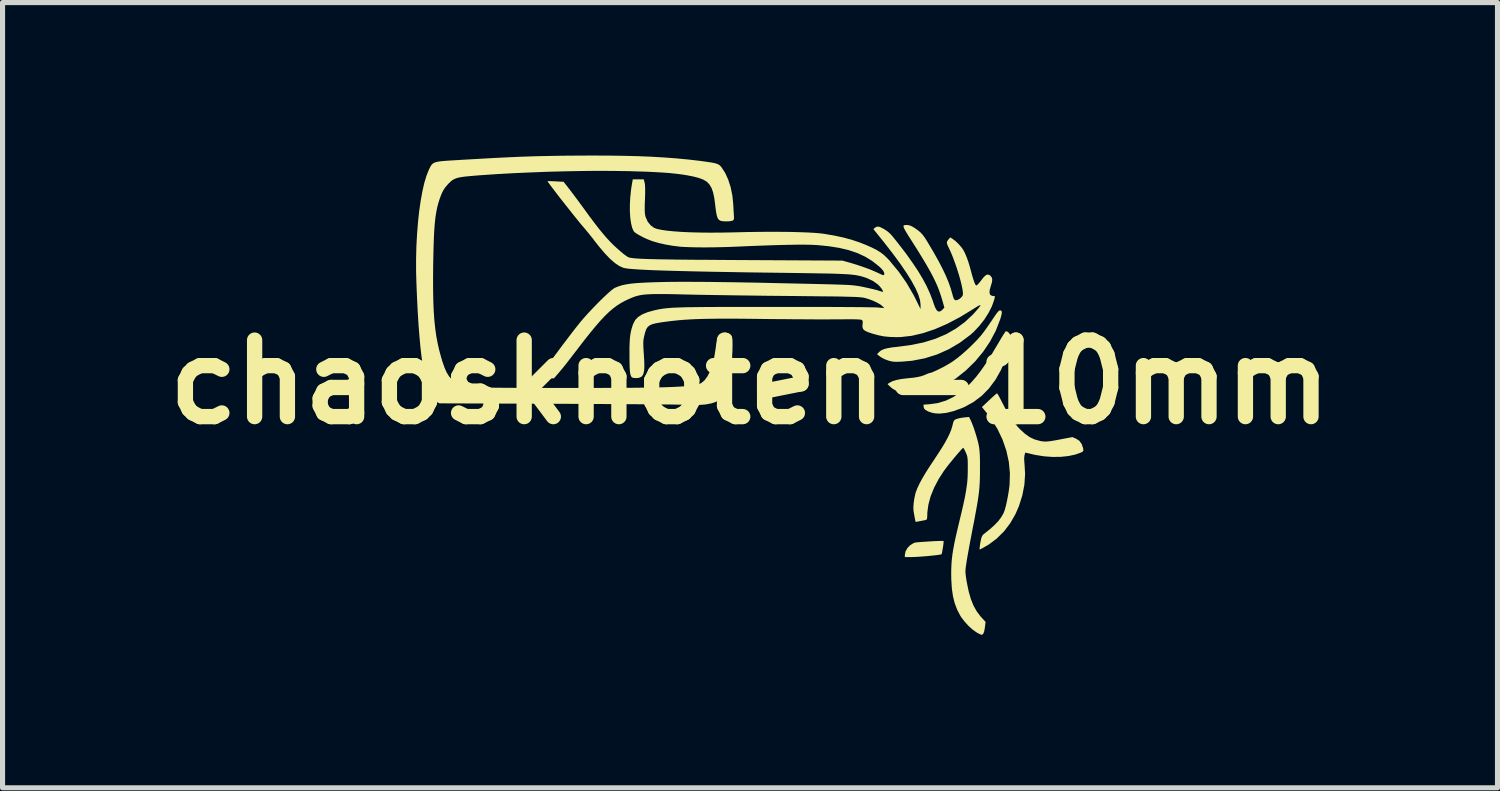
<source format=kicad_pcb>
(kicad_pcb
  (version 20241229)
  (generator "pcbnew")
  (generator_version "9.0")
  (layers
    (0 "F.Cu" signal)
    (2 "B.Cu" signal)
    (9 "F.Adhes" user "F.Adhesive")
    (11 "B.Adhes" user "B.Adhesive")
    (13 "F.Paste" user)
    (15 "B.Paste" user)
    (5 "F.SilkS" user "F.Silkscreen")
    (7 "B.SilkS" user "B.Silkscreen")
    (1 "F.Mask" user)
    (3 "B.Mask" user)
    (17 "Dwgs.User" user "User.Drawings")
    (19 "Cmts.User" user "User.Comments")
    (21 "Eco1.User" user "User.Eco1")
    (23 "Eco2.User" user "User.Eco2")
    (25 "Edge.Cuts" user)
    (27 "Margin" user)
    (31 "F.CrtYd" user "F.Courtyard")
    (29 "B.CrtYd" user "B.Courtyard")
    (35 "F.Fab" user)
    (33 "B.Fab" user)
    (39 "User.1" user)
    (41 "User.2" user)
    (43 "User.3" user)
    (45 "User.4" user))
  (footprint "chaosknoten-10mm"
    (layer "F.Cu")
    (at 11.657 4.441)
    (property "Reference" "chaosknoten-10mm" (at 0 0 0) (layer "F.SilkS") (effects (font (size 1.5 1.5) (thickness 0.3))))
    (attr board_only exclude_from_pos_files exclude_from_bom)
    (fp_poly (pts (xy 3.795 3.117) (xy 3.796 3.117) (xy 3.796 3.133) (xy 3.793 3.169) (xy 3.787 3.218) (xy 3.778 3.271) (xy 3.77 3.32) (xy 3.762 3.358) (xy 3.756 3.376) (xy 3.756 3.376) (xy 3.738 3.382) (xy 3.696 3.389) (xy 3.635 3.397) (xy 3.56 3.405) (xy 3.478 3.413) (xy 3.393 3.42) (xy 3.311 3.426) (xy 3.237 3.43) (xy 3.176 3.432) (xy 3.166 3.432) (xy 3.036 3.432) (xy 3.036 3.392) (xy 3.049 3.322) (xy 3.087 3.255) (xy 3.142 3.198) (xy 3.211 3.157) (xy 3.23 3.15) (xy 3.255 3.146) (xy 3.302 3.141) (xy 3.365 3.136) (xy 3.439 3.131) (xy 3.519 3.126) (xy 3.597 3.121) (xy 3.67 3.118) (xy 3.731 3.116) (xy 3.774 3.116)) (stroke (width 0) (type solid)) (fill yes) (layer "F.SilkS"))
    (fp_poly (pts (xy 5.057 -0.983) (xy 5.092 -0.944) (xy 5.108 -0.911) (xy 5.118 -0.885) (xy 5.122 -0.86) (xy 5.121 -0.831) (xy 5.114 -0.79) (xy 5.099 -0.732) (xy 5.089 -0.694) (xy 5.015 -0.454) (xy 4.922 -0.238) (xy 4.813 -0.045) (xy 4.687 0.124) (xy 4.544 0.27) (xy 4.384 0.391) (xy 4.206 0.489) (xy 4.15 0.513) (xy 3.99 0.571) (xy 3.846 0.606) (xy 3.715 0.619) (xy 3.625 0.614) (xy 3.563 0.601) (xy 3.499 0.579) (xy 3.478 0.569) (xy 3.436 0.544) (xy 3.414 0.52) (xy 3.405 0.491) (xy 3.405 0.489) (xy 3.401 0.444) (xy 3.523 0.435) (xy 3.687 0.411) (xy 3.842 0.364) (xy 3.992 0.291) (xy 4.137 0.192) (xy 4.281 0.066) (xy 4.344 0.001) (xy 4.434 -0.102) (xy 4.528 -0.224) (xy 4.627 -0.367) (xy 4.733 -0.534) (xy 4.847 -0.726) (xy 4.854 -0.737) (xy 4.9 -0.815) (xy 4.941 -0.884) (xy 4.976 -0.94) (xy 5.002 -0.979) (xy 5.016 -0.996) (xy 5.018 -0.997)) (stroke (width 0) (type solid)) (fill yes) (layer "F.SilkS"))
    (fp_poly (pts (xy 4.912 -1.405) (xy 4.931 -1.394) (xy 4.938 -1.369) (xy 4.933 -1.327) (xy 4.916 -1.263) (xy 4.905 -1.228) (xy 4.82 -1.008) (xy 4.707 -0.795) (xy 4.57 -0.592) (xy 4.412 -0.402) (xy 4.234 -0.228) (xy 4.04 -0.073) (xy 3.898 0.021) (xy 3.853 0.047) (xy 3.807 0.069) (xy 3.754 0.089) (xy 3.689 0.11) (xy 3.606 0.133) (xy 3.534 0.151) (xy 3.381 0.188) (xy 3.252 0.212) (xy 3.144 0.225) (xy 3.056 0.226) (xy 2.994 0.219) (xy 2.887 0.184) (xy 2.791 0.128) (xy 2.75 0.093) (xy 2.696 0.04) (xy 2.738 0.013) (xy 2.796 -0.017) (xy 2.874 -0.041) (xy 2.975 -0.06) (xy 3.094 -0.074) (xy 3.204 -0.085) (xy 3.291 -0.099) (xy 3.36 -0.115) (xy 3.418 -0.135) (xy 3.449 -0.149) (xy 3.488 -0.166) (xy 3.518 -0.175) (xy 3.523 -0.176) (xy 3.552 -0.183) (xy 3.602 -0.203) (xy 3.665 -0.232) (xy 3.738 -0.268) (xy 3.814 -0.307) (xy 3.887 -0.349) (xy 3.953 -0.389) (xy 3.974 -0.403) (xy 4.058 -0.464) (xy 4.154 -0.542) (xy 4.255 -0.631) (xy 4.354 -0.726) (xy 4.446 -0.819) (xy 4.524 -0.906) (xy 4.536 -0.921) (xy 4.576 -0.972) (xy 4.626 -1.04) (xy 4.678 -1.115) (xy 4.728 -1.188) (xy 4.782 -1.268) (xy 4.822 -1.327) (xy 4.853 -1.367) (xy 4.875 -1.391) (xy 4.893 -1.403) (xy 4.909 -1.405)) (stroke (width 0) (type solid)) (fill yes) (layer "F.SilkS"))
    (fp_poly (pts (xy 4.853 0.233) (xy 4.874 0.266) (xy 4.901 0.316) (xy 4.933 0.378) (xy 4.936 0.385) (xy 5.006 0.521) (xy 5.07 0.634) (xy 5.132 0.73) (xy 5.194 0.814) (xy 5.26 0.89) (xy 5.294 0.926) (xy 5.391 1.015) (xy 5.485 1.081) (xy 5.581 1.126) (xy 5.686 1.155) (xy 5.7 1.158) (xy 5.739 1.164) (xy 5.775 1.167) (xy 5.813 1.167) (xy 5.859 1.163) (xy 5.917 1.155) (xy 5.993 1.142) (xy 6.091 1.124) (xy 6.119 1.118) (xy 6.321 1.08) (xy 6.39 1.109) (xy 6.456 1.151) (xy 6.504 1.216) (xy 6.533 1.302) (xy 6.533 1.306) (xy 6.537 1.341) (xy 6.527 1.362) (xy 6.496 1.38) (xy 6.494 1.381) (xy 6.38 1.422) (xy 6.245 1.451) (xy 6.094 1.467) (xy 5.934 1.469) (xy 5.768 1.457) (xy 5.603 1.431) (xy 5.534 1.416) (xy 5.397 1.383) (xy 5.382 1.437) (xy 5.375 1.499) (xy 5.38 1.583) (xy 5.382 1.6) (xy 5.394 1.804) (xy 5.38 2.014) (xy 5.339 2.225) (xy 5.273 2.433) (xy 5.205 2.59) (xy 5.102 2.769) (xy 4.979 2.93) (xy 4.836 3.071) (xy 4.678 3.189) (xy 4.565 3.254) (xy 4.502 3.286) (xy 4.503 3.252) (xy 4.506 3.221) (xy 4.513 3.172) (xy 4.523 3.116) (xy 4.536 3.058) (xy 4.551 3.02) (xy 4.571 2.993) (xy 4.59 2.977) (xy 4.706 2.884) (xy 4.799 2.8) (xy 4.872 2.723) (xy 4.928 2.648) (xy 4.97 2.573) (xy 4.973 2.568) (xy 4.993 2.514) (xy 5.015 2.437) (xy 5.036 2.344) (xy 5.056 2.242) (xy 5.074 2.137) (xy 5.087 2.036) (xy 5.09 2.004) (xy 5.096 1.787) (xy 5.075 1.567) (xy 5.027 1.348) (xy 4.953 1.133) (xy 4.855 0.926) (xy 4.734 0.729) (xy 4.643 0.609) (xy 4.547 0.491) (xy 4.69 0.356) (xy 4.743 0.306) (xy 4.789 0.265) (xy 4.823 0.235) (xy 4.842 0.221) (xy 4.843 0.221)) (stroke (width 0) (type solid)) (fill yes) (layer "F.SilkS"))
    (fp_poly (pts (xy 4.324 0.743) (xy 4.351 0.805) (xy 4.383 0.887) (xy 4.414 0.981) (xy 4.444 1.078) (xy 4.469 1.17) (xy 4.482 1.225) (xy 4.491 1.275) (xy 4.498 1.327) (xy 4.503 1.387) (xy 4.507 1.458) (xy 4.509 1.547) (xy 4.509 1.659) (xy 4.509 1.701) (xy 4.509 1.802) (xy 4.507 1.892) (xy 4.504 1.977) (xy 4.499 2.059) (xy 4.491 2.142) (xy 4.48 2.231) (xy 4.466 2.329) (xy 4.447 2.439) (xy 4.424 2.566) (xy 4.397 2.714) (xy 4.363 2.885) (xy 4.355 2.929) (xy 4.332 3.049) (xy 4.309 3.17) (xy 4.288 3.285) (xy 4.269 3.389) (xy 4.254 3.476) (xy 4.244 3.541) (xy 4.243 3.549) (xy 4.232 3.62) (xy 4.226 3.675) (xy 4.224 3.721) (xy 4.227 3.767) (xy 4.234 3.822) (xy 4.245 3.894) (xy 4.25 3.923) (xy 4.286 4.099) (xy 4.329 4.251) (xy 4.381 4.382) (xy 4.444 4.495) (xy 4.519 4.595) (xy 4.535 4.612) (xy 4.619 4.704) (xy 4.606 4.809) (xy 4.593 4.884) (xy 4.576 4.932) (xy 4.553 4.954) (xy 4.541 4.957) (xy 4.52 4.95) (xy 4.483 4.932) (xy 4.446 4.912) (xy 4.368 4.857) (xy 4.286 4.784) (xy 4.209 4.699) (xy 4.142 4.612) (xy 4.123 4.581) (xy 4.061 4.463) (xy 4.014 4.338) (xy 3.98 4.202) (xy 3.958 4.05) (xy 3.947 3.878) (xy 3.945 3.767) (xy 3.946 3.667) (xy 3.95 3.573) (xy 3.957 3.481) (xy 3.968 3.386) (xy 3.984 3.285) (xy 4.005 3.172) (xy 4.032 3.044) (xy 4.066 2.897) (xy 4.106 2.728) (xy 4.148 2.554) (xy 4.182 2.405) (xy 4.21 2.276) (xy 4.231 2.162) (xy 4.247 2.061) (xy 4.259 1.968) (xy 4.266 1.878) (xy 4.269 1.788) (xy 4.27 1.698) (xy 4.27 1.61) (xy 4.269 1.545) (xy 4.265 1.497) (xy 4.26 1.461) (xy 4.25 1.429) (xy 4.237 1.396) (xy 4.23 1.379) (xy 4.209 1.334) (xy 4.191 1.302) (xy 4.181 1.291) (xy 4.167 1.301) (xy 4.138 1.331) (xy 4.098 1.376) (xy 4.05 1.432) (xy 3.997 1.495) (xy 3.943 1.561) (xy 3.89 1.626) (xy 3.844 1.686) (xy 3.806 1.737) (xy 3.805 1.738) (xy 3.698 1.904) (xy 3.61 2.072) (xy 3.542 2.239) (xy 3.498 2.402) (xy 3.477 2.555) (xy 3.476 2.603) (xy 3.474 2.656) (xy 3.469 2.686) (xy 3.457 2.701) (xy 3.45 2.704) (xy 3.428 2.709) (xy 3.388 2.717) (xy 3.34 2.726) (xy 3.294 2.735) (xy 3.26 2.741) (xy 3.248 2.742) (xy 3.244 2.729) (xy 3.236 2.695) (xy 3.227 2.647) (xy 3.218 2.594) (xy 3.209 2.544) (xy 3.205 2.512) (xy 3.203 2.452) (xy 3.209 2.374) (xy 3.221 2.29) (xy 3.238 2.208) (xy 3.25 2.163) (xy 3.28 2.084) (xy 3.322 1.995) (xy 3.377 1.892) (xy 3.447 1.774) (xy 3.534 1.638) (xy 3.604 1.533) (xy 3.694 1.396) (xy 3.769 1.279) (xy 3.829 1.178) (xy 3.877 1.089) (xy 3.915 1.01) (xy 3.945 0.936) (xy 3.967 0.863) (xy 3.979 0.815) (xy 3.992 0.771) (xy 4.008 0.746) (xy 4.037 0.73) (xy 4.055 0.723) (xy 4.103 0.71) (xy 4.164 0.699) (xy 4.204 0.694) (xy 4.294 0.685)) (stroke (width 0) (type solid)) (fill yes) (layer "F.SilkS"))
    (fp_poly (pts (xy -2.8 -4.44) (xy -2.492 -4.436) (xy -2.204 -4.429) (xy -1.935 -4.418) (xy -1.682 -4.403) (xy -1.441 -4.385) (xy -1.21 -4.363) (xy -0.987 -4.337) (xy -0.843 -4.317) (xy -0.755 -4.304) (xy -0.69 -4.291) (xy -0.643 -4.277) (xy -0.609 -4.26) (xy -0.582 -4.237) (xy -0.559 -4.211) (xy -0.487 -4.1) (xy -0.427 -3.967) (xy -0.379 -3.817) (xy -0.346 -3.655) (xy -0.329 -3.485) (xy -0.329 -3.483) (xy -0.325 -3.41) (xy -0.321 -3.338) (xy -0.317 -3.279) (xy -0.316 -3.259) (xy -0.314 -3.213) (xy -0.319 -3.186) (xy -0.333 -3.17) (xy -0.342 -3.165) (xy -0.373 -3.157) (xy -0.422 -3.151) (xy -0.475 -3.15) (xy -0.532 -3.153) (xy -0.576 -3.161) (xy -0.608 -3.179) (xy -0.633 -3.211) (xy -0.65 -3.259) (xy -0.664 -3.327) (xy -0.677 -3.42) (xy -0.682 -3.467) (xy -0.7 -3.604) (xy -0.723 -3.715) (xy -0.754 -3.804) (xy -0.795 -3.873) (xy -0.848 -3.928) (xy -0.917 -3.969) (xy -1.005 -4.002) (xy -1.113 -4.03) (xy -1.133 -4.034) (xy -1.236 -4.054) (xy -1.343 -4.071) (xy -1.457 -4.085) (xy -1.582 -4.098) (xy -1.721 -4.108) (xy -1.877 -4.117) (xy -2.054 -4.125) (xy -2.255 -4.131) (xy -2.368 -4.135) (xy -2.652 -4.139) (xy -2.959 -4.141) (xy -3.283 -4.138) (xy -3.619 -4.132) (xy -3.961 -4.123) (xy -4.302 -4.11) (xy -4.639 -4.095) (xy -4.964 -4.077) (xy -5.271 -4.056) (xy -5.376 -4.048) (xy -5.501 -4.037) (xy -5.602 -4.027) (xy -5.681 -4.015) (xy -5.744 -4.001) (xy -5.794 -3.982) (xy -5.836 -3.959) (xy -5.874 -3.928) (xy -5.913 -3.89) (xy -5.931 -3.87) (xy -5.977 -3.816) (xy -6.012 -3.764) (xy -6.041 -3.707) (xy -6.07 -3.635) (xy -6.091 -3.575) (xy -6.115 -3.498) (xy -6.135 -3.419) (xy -6.152 -3.334) (xy -6.167 -3.24) (xy -6.179 -3.135) (xy -6.189 -3.015) (xy -6.197 -2.878) (xy -6.203 -2.722) (xy -6.208 -2.542) (xy -6.212 -2.336) (xy -6.213 -2.288) (xy -6.215 -2.027) (xy -6.214 -1.792) (xy -6.21 -1.58) (xy -6.202 -1.388) (xy -6.19 -1.213) (xy -6.173 -1.052) (xy -6.152 -0.901) (xy -6.125 -0.758) (xy -6.094 -0.62) (xy -6.056 -0.483) (xy -6.033 -0.405) (xy -5.99 -0.281) (xy -5.946 -0.182) (xy -5.897 -0.105) (xy -5.841 -0.043) (xy -5.775 0.006) (xy -5.71 0.04) (xy -5.685 0.051) (xy -5.662 0.06) (xy -5.637 0.069) (xy -5.609 0.077) (xy -5.577 0.084) (xy -5.538 0.09) (xy -5.492 0.095) (xy -5.437 0.099) (xy -5.37 0.103) (xy -5.291 0.106) (xy -5.197 0.108) (xy -5.087 0.11) (xy -4.959 0.112) (xy -4.812 0.113) (xy -4.644 0.114) (xy -4.453 0.115) (xy -4.238 0.115) (xy -3.997 0.116) (xy -3.74 0.116) (xy -3.404 0.116) (xy -3.096 0.116) (xy -2.815 0.115) (xy -2.56 0.114) (xy -2.329 0.113) (xy -2.121 0.111) (xy -1.935 0.108) (xy -1.769 0.105) (xy -1.623 0.101) (xy -1.494 0.096) (xy -1.383 0.09) (xy -1.287 0.084) (xy -1.205 0.077) (xy -1.136 0.068) (xy -1.079 0.059) (xy -1.033 0.049) (xy -0.996 0.038) (xy -0.967 0.026) (xy -0.956 0.02) (xy -0.892 -0.033) (xy -0.834 -0.112) (xy -0.782 -0.216) (xy -0.738 -0.341) (xy -0.702 -0.485) (xy -0.676 -0.645) (xy -0.675 -0.653) (xy -0.662 -0.75) (xy -0.648 -0.822) (xy -0.633 -0.874) (xy -0.615 -0.91) (xy -0.592 -0.935) (xy -0.586 -0.939) (xy -0.531 -0.964) (xy -0.47 -0.969) (xy -0.414 -0.954) (xy -0.38 -0.93) (xy -0.366 -0.913) (xy -0.356 -0.895) (xy -0.35 -0.87) (xy -0.347 -0.832) (xy -0.345 -0.776) (xy -0.345 -0.699) (xy -0.348 -0.59) (xy -0.356 -0.495) (xy -0.37 -0.398) (xy -0.386 -0.315) (xy -0.414 -0.186) (xy -0.442 -0.064) (xy -0.47 0.046) (xy -0.496 0.143) (xy -0.519 0.22) (xy -0.538 0.276) (xy -0.553 0.307) (xy -0.601 0.352) (xy -0.673 0.39) (xy -0.763 0.42) (xy -0.867 0.439) (xy -0.873 0.44) (xy -0.938 0.445) (xy -1.012 0.45) (xy -1.089 0.453) (xy -1.163 0.454) (xy -1.227 0.454) (xy -1.277 0.452) (xy -1.305 0.448) (xy -1.309 0.446) (xy -1.324 0.445) (xy -1.368 0.444) (xy -1.437 0.443) (xy -1.531 0.441) (xy -1.648 0.44) (xy -1.787 0.439) (xy -1.946 0.437) (xy -2.123 0.436) (xy -2.318 0.435) (xy -2.528 0.433) (xy -2.751 0.432) (xy -2.987 0.431) (xy -3.234 0.429) (xy -3.49 0.428) (xy -3.706 0.427) (xy -6.093 0.418) (xy -6.148 0.384) (xy -6.182 0.357) (xy -6.213 0.318) (xy -6.246 0.261) (xy -6.262 0.23) (xy -6.299 0.145) (xy -6.333 0.047) (xy -6.364 -0.065) (xy -6.393 -0.192) (xy -6.418 -0.338) (xy -6.442 -0.502) (xy -6.463 -0.686) (xy -6.482 -0.893) (xy -6.5 -1.123) (xy -6.516 -1.378) (xy -6.53 -1.659) (xy -6.541 -1.923) (xy -6.548 -2.171) (xy -6.548 -2.418) (xy -6.542 -2.662) (xy -6.529 -2.9) (xy -6.511 -3.128) (xy -6.488 -3.345) (xy -6.459 -3.547) (xy -6.426 -3.732) (xy -6.389 -3.896) (xy -6.347 -4.037) (xy -6.302 -4.152) (xy -6.298 -4.16) (xy -6.278 -4.202) (xy -6.26 -4.236) (xy -6.241 -4.263) (xy -6.218 -4.285) (xy -6.188 -4.302) (xy -6.147 -4.315) (xy -6.093 -4.325) (xy -6.023 -4.333) (xy -5.932 -4.34) (xy -5.819 -4.347) (xy -5.68 -4.355) (xy -5.673 -4.356) (xy -5.424 -4.37) (xy -5.2 -4.383) (xy -4.998 -4.394) (xy -4.814 -4.403) (xy -4.644 -4.411) (xy -4.484 -4.418) (xy -4.33 -4.423) (xy -4.18 -4.428) (xy -4.028 -4.431) (xy -3.872 -4.434) (xy -3.706 -4.437) (xy -3.529 -4.439) (xy -3.49 -4.439) (xy -3.132 -4.441)) (stroke (width 0) (type solid)) (fill yes) (layer "F.SilkS"))
    (fp_poly (pts (xy -2.067 -3.912) (xy -2.06 -3.871) (xy -2.057 -3.808) (xy -2.056 -3.72) (xy -2.059 -3.607) (xy -2.06 -3.584) (xy -2.064 -3.483) (xy -2.065 -3.407) (xy -2.064 -3.349) (xy -2.061 -3.304) (xy -2.055 -3.267) (xy -2.047 -3.235) (xy -2.008 -3.147) (xy -1.95 -3.074) (xy -1.879 -3.022) (xy -1.822 -3.002) (xy -1.739 -2.984) (xy -1.63 -2.968) (xy -1.499 -2.955) (xy -1.347 -2.944) (xy -1.176 -2.936) (xy -0.988 -2.931) (xy -0.785 -2.929) (xy -0.571 -2.93) (xy -0.345 -2.934) (xy -0.293 -2.935) (xy -0.057 -2.941) (xy 0.173 -2.944) (xy 0.394 -2.946) (xy 0.604 -2.945) (xy 0.8 -2.943) (xy 0.979 -2.938) (xy 1.138 -2.932) (xy 1.276 -2.924) (xy 1.389 -2.914) (xy 1.452 -2.906) (xy 1.651 -2.872) (xy 1.828 -2.834) (xy 1.992 -2.79) (xy 2.149 -2.737) (xy 2.273 -2.688) (xy 2.389 -2.637) (xy 2.483 -2.589) (xy 2.561 -2.541) (xy 2.63 -2.487) (xy 2.696 -2.423) (xy 2.735 -2.381) (xy 2.915 -2.164) (xy 3.07 -1.942) (xy 3.205 -1.71) (xy 3.258 -1.606) (xy 3.344 -1.43) (xy 3.344 -1.52) (xy 3.333 -1.609) (xy 3.3 -1.715) (xy 3.244 -1.84) (xy 3.167 -1.982) (xy 3.067 -2.142) (xy 2.945 -2.321) (xy 2.8 -2.518) (xy 2.633 -2.733) (xy 2.555 -2.83) (xy 2.419 -2.999) (xy 2.45 -3.025) (xy 2.481 -3.044) (xy 2.515 -3.048) (xy 2.557 -3.036) (xy 2.614 -3.007) (xy 2.641 -2.991) (xy 2.679 -2.966) (xy 2.714 -2.939) (xy 2.75 -2.906) (xy 2.79 -2.862) (xy 2.838 -2.803) (xy 2.9 -2.725) (xy 2.907 -2.716) (xy 3.056 -2.522) (xy 3.183 -2.344) (xy 3.293 -2.18) (xy 3.386 -2.025) (xy 3.464 -1.879) (xy 3.529 -1.736) (xy 3.583 -1.595) (xy 3.6 -1.542) (xy 3.63 -1.461) (xy 3.66 -1.408) (xy 3.691 -1.383) (xy 3.725 -1.383) (xy 3.763 -1.409) (xy 3.773 -1.419) (xy 3.811 -1.459) (xy 3.776 -1.584) (xy 3.747 -1.681) (xy 3.715 -1.775) (xy 3.68 -1.868) (xy 3.638 -1.963) (xy 3.589 -2.063) (xy 3.531 -2.172) (xy 3.463 -2.292) (xy 3.383 -2.426) (xy 3.29 -2.578) (xy 3.181 -2.75) (xy 3.164 -2.777) (xy 3.104 -2.871) (xy 3.06 -2.943) (xy 3.03 -2.996) (xy 3.013 -3.033) (xy 3.009 -3.057) (xy 3.016 -3.071) (xy 3.035 -3.077) (xy 3.064 -3.079) (xy 3.077 -3.079) (xy 3.122 -3.074) (xy 3.172 -3.054) (xy 3.232 -3.018) (xy 3.303 -2.967) (xy 3.345 -2.931) (xy 3.383 -2.89) (xy 3.423 -2.837) (xy 3.469 -2.765) (xy 3.485 -2.738) (xy 3.597 -2.55) (xy 3.692 -2.381) (xy 3.771 -2.229) (xy 3.837 -2.091) (xy 3.89 -1.964) (xy 3.933 -1.844) (xy 3.964 -1.737) (xy 3.981 -1.675) (xy 3.995 -1.636) (xy 4.01 -1.614) (xy 4.027 -1.604) (xy 4.029 -1.604) (xy 4.064 -1.607) (xy 4.106 -1.629) (xy 4.144 -1.66) (xy 4.169 -1.696) (xy 4.173 -1.705) (xy 4.175 -1.748) (xy 4.167 -1.814) (xy 4.15 -1.897) (xy 4.126 -1.995) (xy 4.096 -2.102) (xy 4.061 -2.214) (xy 4.022 -2.327) (xy 3.982 -2.437) (xy 3.941 -2.538) (xy 3.9 -2.627) (xy 3.893 -2.64) (xy 3.869 -2.693) (xy 3.859 -2.73) (xy 3.865 -2.759) (xy 3.886 -2.789) (xy 3.891 -2.795) (xy 3.926 -2.836) (xy 3.976 -2.804) (xy 4.032 -2.762) (xy 4.093 -2.703) (xy 4.149 -2.637) (xy 4.183 -2.588) (xy 4.214 -2.528) (xy 4.248 -2.448) (xy 4.281 -2.356) (xy 4.31 -2.26) (xy 4.319 -2.226) (xy 4.351 -2.107) (xy 4.379 -2.013) (xy 4.403 -1.945) (xy 4.422 -1.905) (xy 4.437 -1.892) (xy 4.455 -1.903) (xy 4.484 -1.933) (xy 4.52 -1.976) (xy 4.534 -1.995) (xy 4.583 -2.057) (xy 4.623 -2.094) (xy 4.658 -2.108) (xy 4.691 -2.1) (xy 4.716 -2.082) (xy 4.74 -2.05) (xy 4.75 -2.011) (xy 4.744 -1.958) (xy 4.723 -1.887) (xy 4.722 -1.884) (xy 4.7 -1.805) (xy 4.696 -1.747) (xy 4.71 -1.71) (xy 4.744 -1.69) (xy 4.779 -1.686) (xy 4.795 -1.685) (xy 4.801 -1.675) (xy 4.797 -1.649) (xy 4.787 -1.609) (xy 4.744 -1.487) (xy 4.678 -1.357) (xy 4.595 -1.226) (xy 4.496 -1.1) (xy 4.388 -0.985) (xy 4.321 -0.925) (xy 4.115 -0.771) (xy 3.896 -0.642) (xy 3.666 -0.54) (xy 3.426 -0.465) (xy 3.178 -0.417) (xy 2.981 -0.4) (xy 2.901 -0.397) (xy 2.841 -0.397) (xy 2.794 -0.401) (xy 2.752 -0.41) (xy 2.705 -0.423) (xy 2.701 -0.425) (xy 2.64 -0.448) (xy 2.583 -0.477) (xy 2.545 -0.502) (xy 2.491 -0.546) (xy 2.532 -0.589) (xy 2.571 -0.62) (xy 2.625 -0.645) (xy 2.698 -0.664) (xy 2.793 -0.68) (xy 2.88 -0.689) (xy 3.154 -0.725) (xy 3.405 -0.777) (xy 3.635 -0.848) (xy 3.846 -0.938) (xy 4.038 -1.048) (xy 4.214 -1.177) (xy 4.374 -1.327) (xy 4.432 -1.392) (xy 4.482 -1.45) (xy 4.511 -1.488) (xy 4.519 -1.507) (xy 4.505 -1.507) (xy 4.469 -1.489) (xy 4.41 -1.452) (xy 4.38 -1.433) (xy 4.119 -1.274) (xy 3.867 -1.141) (xy 3.625 -1.036) (xy 3.392 -0.958) (xy 3.17 -0.906) (xy 2.957 -0.882) (xy 2.875 -0.88) (xy 2.742 -0.884) (xy 2.626 -0.895) (xy 2.516 -0.917) (xy 2.399 -0.949) (xy 2.384 -0.954) (xy 2.305 -0.981) (xy 2.252 -1.007) (xy 2.22 -1.035) (xy 2.206 -1.069) (xy 2.205 -1.112) (xy 2.207 -1.133) (xy 2.211 -1.179) (xy 2.203 -1.207) (xy 2.195 -1.215) (xy 2.181 -1.221) (xy 2.153 -1.225) (xy 2.109 -1.228) (xy 2.045 -1.23) (xy 1.959 -1.23) (xy 1.849 -1.23) (xy 1.721 -1.229) (xy 1.627 -1.229) (xy 1.508 -1.228) (xy 1.367 -1.228) (xy 1.209 -1.229) (xy 1.036 -1.23) (xy 0.854 -1.231) (xy 0.665 -1.233) (xy 0.473 -1.234) (xy 0.283 -1.236) (xy 0.213 -1.237) (xy -0.036 -1.24) (xy -0.259 -1.242) (xy -0.457 -1.242) (xy -0.635 -1.242) (xy -0.794 -1.24) (xy -0.937 -1.237) (xy -1.067 -1.233) (xy -1.187 -1.227) (xy -1.299 -1.22) (xy -1.407 -1.211) (xy -1.512 -1.2) (xy -1.618 -1.187) (xy -1.723 -1.173) (xy -1.826 -1.156) (xy -1.905 -1.138) (xy -1.963 -1.114) (xy -2.005 -1.081) (xy -2.035 -1.036) (xy -2.057 -0.974) (xy -2.077 -0.893) (xy -2.077 -0.892) (xy -2.086 -0.848) (xy -2.091 -0.806) (xy -2.093 -0.759) (xy -2.092 -0.702) (xy -2.088 -0.628) (xy -2.082 -0.54) (xy -2.074 -0.411) (xy -2.072 -0.308) (xy -2.076 -0.228) (xy -2.088 -0.169) (xy -2.108 -0.127) (xy -2.136 -0.099) (xy -2.174 -0.084) (xy -2.194 -0.08) (xy -2.244 -0.077) (xy -2.29 -0.082) (xy -2.298 -0.084) (xy -2.316 -0.093) (xy -2.331 -0.11) (xy -2.342 -0.136) (xy -2.351 -0.176) (xy -2.357 -0.232) (xy -2.361 -0.307) (xy -2.363 -0.406) (xy -2.364 -0.53) (xy -2.364 -0.543) (xy -2.364 -0.678) (xy -2.36 -0.789) (xy -2.353 -0.883) (xy -2.341 -0.964) (xy -2.324 -1.039) (xy -2.301 -1.113) (xy -2.288 -1.146) (xy -2.251 -1.217) (xy -2.193 -1.276) (xy -2.114 -1.326) (xy -2.01 -1.369) (xy -1.88 -1.405) (xy -1.877 -1.406) (xy -1.836 -1.415) (xy -1.795 -1.424) (xy -1.755 -1.431) (xy -1.712 -1.438) (xy -1.665 -1.444) (xy -1.613 -1.449) (xy -1.554 -1.454) (xy -1.486 -1.458) (xy -1.407 -1.461) (xy -1.317 -1.464) (xy -1.213 -1.467) (xy -1.094 -1.468) (xy -0.958 -1.47) (xy -0.804 -1.471) (xy -0.629 -1.472) (xy -0.433 -1.473) (xy -0.213 -1.473) (xy 0.032 -1.473) (xy 0.304 -1.473) (xy 0.477 -1.473) (xy 0.712 -1.473) (xy 0.94 -1.473) (xy 1.161 -1.473) (xy 1.371 -1.472) (xy 1.569 -1.472) (xy 1.754 -1.471) (xy 1.922 -1.47) (xy 2.073 -1.469) (xy 2.204 -1.468) (xy 2.313 -1.466) (xy 2.399 -1.465) (xy 2.459 -1.464) (xy 2.492 -1.462) (xy 2.493 -1.462) (xy 2.632 -1.45) (xy 2.597 -1.487) (xy 2.555 -1.521) (xy 2.492 -1.557) (xy 2.416 -1.593) (xy 2.334 -1.624) (xy 2.255 -1.648) (xy 2.244 -1.65) (xy 2.222 -1.655) (xy 2.195 -1.658) (xy 2.162 -1.662) (xy 2.121 -1.665) (xy 2.069 -1.668) (xy 2.006 -1.67) (xy 1.928 -1.672) (xy 1.835 -1.675) (xy 1.724 -1.677) (xy 1.593 -1.679) (xy 1.441 -1.68) (xy 1.265 -1.682) (xy 1.064 -1.684) (xy 0.836 -1.687) (xy 0.792 -1.687) (xy 0.576 -1.689) (xy 0.353 -1.691) (xy 0.129 -1.694) (xy -0.095 -1.697) (xy -0.313 -1.7) (xy -0.522 -1.703) (xy -0.719 -1.706) (xy -0.9 -1.709) (xy -1.06 -1.712) (xy -1.196 -1.715) (xy -1.249 -1.716) (xy -1.434 -1.721) (xy -1.592 -1.724) (xy -1.727 -1.725) (xy -1.841 -1.725) (xy -1.937 -1.723) (xy -2.018 -1.719) (xy -2.087 -1.713) (xy -2.147 -1.704) (xy -2.201 -1.692) (xy -2.251 -1.678) (xy -2.3 -1.66) (xy -2.352 -1.638) (xy -2.368 -1.631) (xy -2.452 -1.592) (xy -2.531 -1.549) (xy -2.608 -1.5) (xy -2.683 -1.444) (xy -2.76 -1.379) (xy -2.841 -1.301) (xy -2.926 -1.211) (xy -3.019 -1.104) (xy -3.122 -0.98) (xy -3.236 -0.837) (xy -3.363 -0.672) (xy -3.423 -0.594) (xy -3.49 -0.507) (xy -3.558 -0.419) (xy -3.622 -0.337) (xy -3.68 -0.265) (xy -3.726 -0.21) (xy -3.739 -0.194) (xy -3.844 -0.073) (xy -3.99 -0.073) (xy -4.051 -0.074) (xy -4.1 -0.077) (xy -4.129 -0.08) (xy -4.136 -0.083) (xy -4.127 -0.1) (xy -4.103 -0.138) (xy -4.064 -0.193) (xy -4.015 -0.263) (xy -3.955 -0.346) (xy -3.889 -0.438) (xy -3.816 -0.536) (xy -3.741 -0.637) (xy -3.664 -0.74) (xy -3.587 -0.841) (xy -3.514 -0.937) (xy -3.446 -1.026) (xy -3.384 -1.104) (xy -3.332 -1.169) (xy -3.317 -1.188) (xy -3.25 -1.265) (xy -3.175 -1.349) (xy -3.094 -1.435) (xy -3.011 -1.521) (xy -2.929 -1.604) (xy -2.851 -1.679) (xy -2.78 -1.745) (xy -2.72 -1.797) (xy -2.674 -1.832) (xy -2.654 -1.845) (xy -2.587 -1.873) (xy -2.515 -1.896) (xy -2.433 -1.914) (xy -2.337 -1.929) (xy -2.222 -1.94) (xy -2.083 -1.948) (xy -2.031 -1.951) (xy -1.916 -1.955) (xy -1.794 -1.959) (xy -1.663 -1.962) (xy -1.523 -1.964) (xy -1.37 -1.965) (xy -1.205 -1.965) (xy -1.025 -1.964) (xy -0.828 -1.963) (xy -0.614 -1.96) (xy -0.381 -1.957) (xy -0.127 -1.953) (xy 0.15 -1.948) (xy 0.45 -1.941) (xy 0.776 -1.934) (xy 1.128 -1.926) (xy 1.349 -1.921) (xy 1.507 -1.917) (xy 1.64 -1.914) (xy 1.749 -1.91) (xy 1.84 -1.907) (xy 1.914 -1.904) (xy 1.976 -1.9) (xy 2.029 -1.895) (xy 2.076 -1.889) (xy 2.121 -1.883) (xy 2.166 -1.875) (xy 2.216 -1.865) (xy 2.229 -1.862) (xy 2.313 -1.844) (xy 2.394 -1.826) (xy 2.465 -1.808) (xy 2.517 -1.794) (xy 2.526 -1.79) (xy 2.57 -1.776) (xy 2.601 -1.769) (xy 2.61 -1.769) (xy 2.601 -1.797) (xy 2.575 -1.838) (xy 2.539 -1.881) (xy 2.509 -1.911) (xy 2.414 -1.98) (xy 2.297 -2.036) (xy 2.23 -2.059) (xy 2.192 -2.07) (xy 2.154 -2.08) (xy 2.115 -2.088) (xy 2.073 -2.096) (xy 2.026 -2.102) (xy 1.971 -2.108) (xy 1.906 -2.113) (xy 1.83 -2.117) (xy 1.741 -2.121) (xy 1.635 -2.125) (xy 1.512 -2.128) (xy 1.369 -2.13) (xy 1.204 -2.133) (xy 1.015 -2.136) (xy 0.8 -2.139) (xy 0.667 -2.141) (xy 0.275 -2.146) (xy -0.089 -2.151) (xy -0.425 -2.157) (xy -0.733 -2.162) (xy -1.014 -2.168) (xy -1.268 -2.174) (xy -1.497 -2.18) (xy -1.701 -2.186) (xy -1.88 -2.192) (xy -2.035 -2.199) (xy -2.167 -2.206) (xy -2.275 -2.213) (xy -2.362 -2.22) (xy -2.426 -2.228) (xy -2.47 -2.236) (xy -2.48 -2.238) (xy -2.561 -2.274) (xy -2.648 -2.332) (xy -2.742 -2.413) (xy -2.844 -2.519) (xy -2.956 -2.651) (xy -3.033 -2.748) (xy -3.09 -2.823) (xy -3.148 -2.895) (xy -3.201 -2.96) (xy -3.244 -3.012) (xy -3.264 -3.035) (xy -3.291 -3.066) (xy -3.332 -3.115) (xy -3.382 -3.177) (xy -3.441 -3.25) (xy -3.506 -3.332) (xy -3.575 -3.419) (xy -3.645 -3.508) (xy -3.714 -3.595) (xy -3.779 -3.679) (xy -3.838 -3.757) (xy -3.89 -3.824) (xy -3.93 -3.878) (xy -3.958 -3.916) (xy -3.971 -3.936) (xy -3.972 -3.938) (xy -3.955 -3.939) (xy -3.916 -3.939) (xy -3.861 -3.937) (xy -3.81 -3.935) (xy -3.655 -3.926) (xy -3.545 -3.785) (xy -3.501 -3.728) (xy -3.445 -3.653) (xy -3.381 -3.568) (xy -3.316 -3.479) (xy -3.254 -3.395) (xy -3.146 -3.246) (xy -3.05 -3.119) (xy -2.966 -3.01) (xy -2.889 -2.916) (xy -2.819 -2.834) (xy -2.751 -2.76) (xy -2.744 -2.752) (xy -2.682 -2.69) (xy -2.613 -2.626) (xy -2.544 -2.565) (xy -2.481 -2.512) (xy -2.427 -2.472) (xy -2.394 -2.451) (xy -2.378 -2.444) (xy -2.356 -2.438) (xy -2.325 -2.433) (xy -2.284 -2.428) (xy -2.233 -2.423) (xy -2.17 -2.419) (xy -2.093 -2.415) (xy -2.001 -2.412) (xy -1.893 -2.409) (xy -1.767 -2.406) (xy -1.622 -2.404) (xy -1.457 -2.401) (xy -1.27 -2.399) (xy -1.06 -2.397) (xy -0.826 -2.396) (xy -0.565 -2.394) (xy -0.278 -2.392) (xy -0.095 -2.391) (xy 1.811 -2.381) (xy 1.972 -2.336) (xy 2.093 -2.299) (xy 2.218 -2.257) (xy 2.339 -2.213) (xy 2.447 -2.168) (xy 2.532 -2.129) (xy 2.581 -2.106) (xy 2.61 -2.096) (xy 2.626 -2.098) (xy 2.631 -2.105) (xy 2.632 -2.139) (xy 2.613 -2.18) (xy 2.57 -2.23) (xy 2.52 -2.276) (xy 2.393 -2.375) (xy 2.256 -2.459) (xy 2.105 -2.529) (xy 1.938 -2.585) (xy 1.752 -2.63) (xy 1.544 -2.663) (xy 1.311 -2.686) (xy 1.305 -2.686) (xy 1.206 -2.691) (xy 1.079 -2.693) (xy 0.923 -2.693) (xy 0.738 -2.69) (xy 0.526 -2.685) (xy 0.287 -2.677) (xy 0.02 -2.667) (xy -0.274 -2.654) (xy -0.279 -2.654) (xy -0.428 -2.648) (xy -0.583 -2.644) (xy -0.739 -2.641) (xy -0.892 -2.64) (xy -1.036 -2.641) (xy -1.167 -2.644) (xy -1.278 -2.648) (xy -1.367 -2.653) (xy -1.381 -2.655) (xy -1.52 -2.672) (xy -1.661 -2.697) (xy -1.794 -2.727) (xy -1.909 -2.761) (xy -1.927 -2.767) (xy -2.007 -2.798) (xy -2.087 -2.834) (xy -2.159 -2.872) (xy -2.22 -2.907) (xy -2.263 -2.938) (xy -2.28 -2.956) (xy -2.31 -3.021) (xy -2.332 -3.11) (xy -2.348 -3.219) (xy -2.356 -3.345) (xy -2.356 -3.482) (xy -2.348 -3.627) (xy -2.332 -3.776) (xy -2.316 -3.879) (xy -2.299 -3.974) (xy -2.191 -3.974) (xy -2.084 -3.974)) (stroke (width 0) (type solid)) (fill yes) (layer "F.SilkS")))
  (gr_rect
    (start -3 -3)
    (end 26.314 12.398)
    (stroke (width 0.1) (type default))
    (fill no)
    (layer "Edge.Cuts")))
</source>
